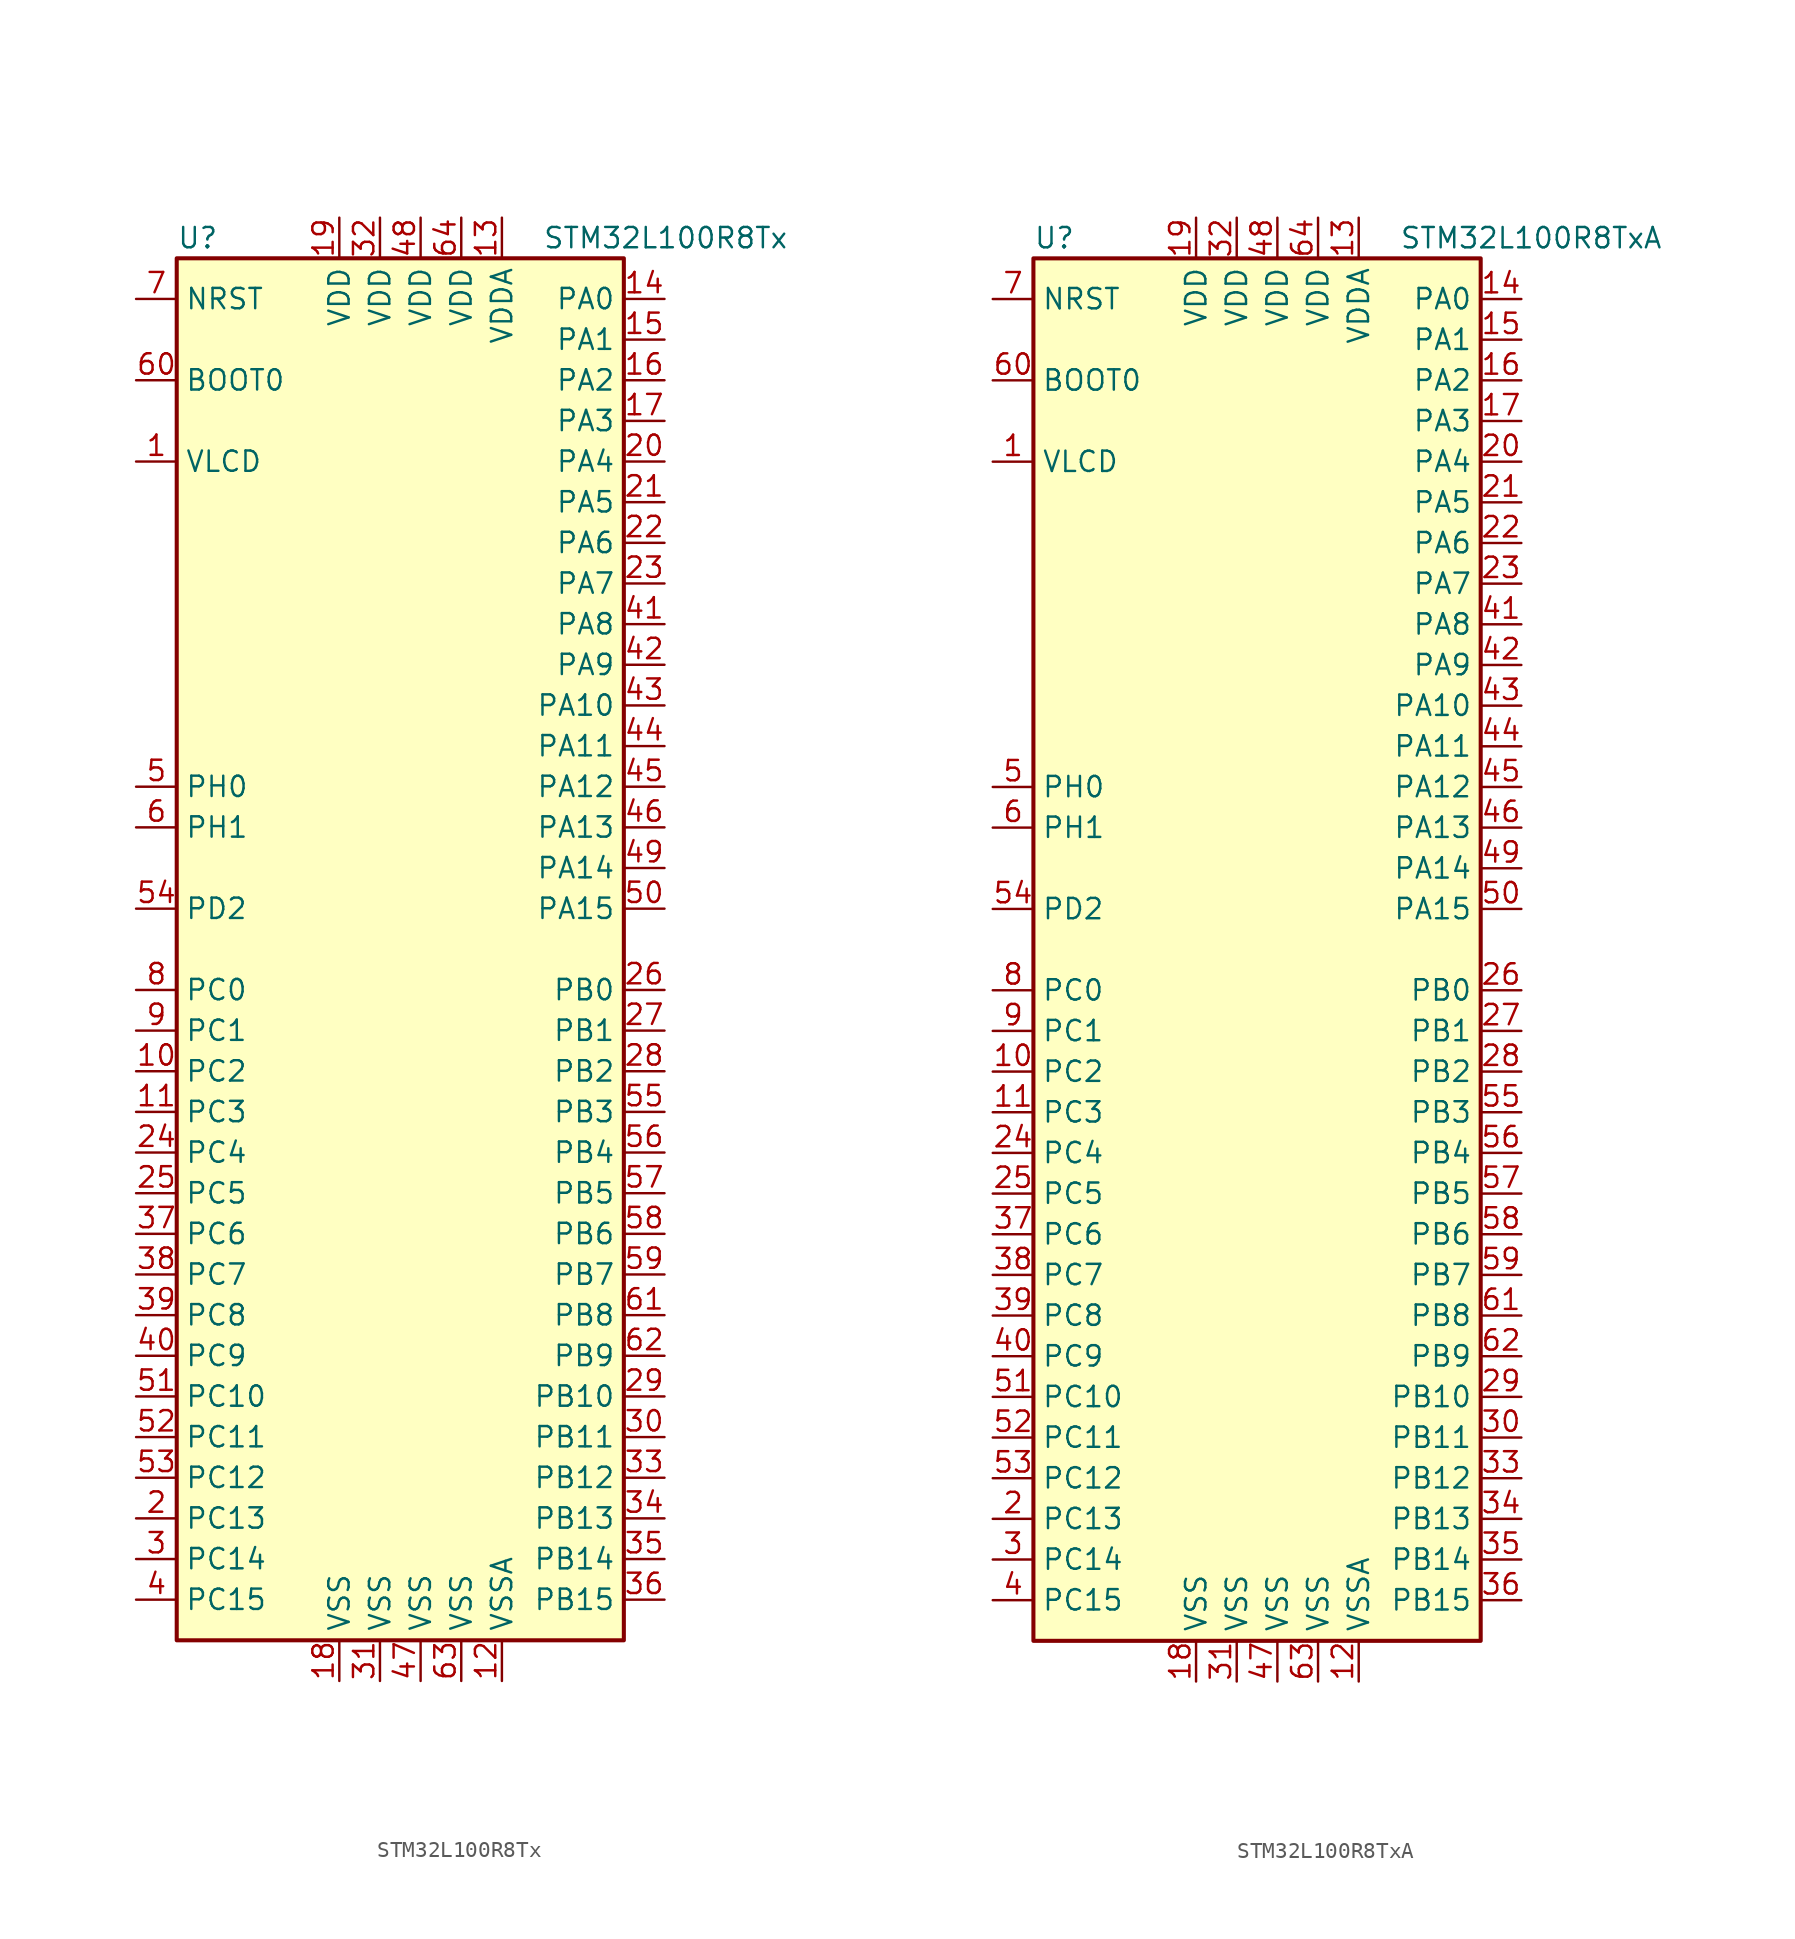
<source format=kicad_sym>
(kicad_symbol_lib
  (version 20201005)
  (generator kicad_symbol_editor)
  (symbol "STM32L100R8Tx"
    (property "Reference" "U"
      (at -15.24 44.45 0)
      (effects (font (size 1.27 1.27)) (justify left)))
    (property "Value" "STM32L100R8Tx"
      (at 7.62 44.45 0)
      (effects (font (size 1.27 1.27)) (justify left)))
    (symbol "STM32L100R8Tx_0_1"
      (rectangle (start -15.24 -43.18) (end 12.7 43.18) (stroke (width 0.254)) (fill (type background))))
    (symbol "STM32L100R8Tx_1_1"
      (pin input line (at -17.78 35.56 0) (length 2.54) (name "BOOT0" (effects (font (size 1.27 1.27)))) (number "60" (effects (font (size 1.27 1.27)))))
      (pin input line (at -17.78 40.64 0) (length 2.54) (name "NRST" (effects (font (size 1.27 1.27)))) (number "7" (effects (font (size 1.27 1.27)))))
      (pin bidirectional line (at 15.24 40.64 180) (length 2.54) (name "PA0" (effects (font (size 1.27 1.27)))) (number "14" (effects (font (size 1.27 1.27)))))
      (pin bidirectional line (at 15.24 38.1 180) (length 2.54) (name "PA1" (effects (font (size 1.27 1.27)))) (number "15" (effects (font (size 1.27 1.27)))))
      (pin bidirectional line (at 15.24 15.24 180) (length 2.54) (name "PA10" (effects (font (size 1.27 1.27)))) (number "43" (effects (font (size 1.27 1.27)))))
      (pin bidirectional line (at 15.24 12.7 180) (length 2.54) (name "PA11" (effects (font (size 1.27 1.27)))) (number "44" (effects (font (size 1.27 1.27)))))
      (pin bidirectional line (at 15.24 10.16 180) (length 2.54) (name "PA12" (effects (font (size 1.27 1.27)))) (number "45" (effects (font (size 1.27 1.27)))))
      (pin bidirectional line (at 15.24 7.62 180) (length 2.54) (name "PA13" (effects (font (size 1.27 1.27)))) (number "46" (effects (font (size 1.27 1.27)))))
      (pin bidirectional line (at 15.24 5.08 180) (length 2.54) (name "PA14" (effects (font (size 1.27 1.27)))) (number "49" (effects (font (size 1.27 1.27)))))
      (pin bidirectional line (at 15.24 2.54 180) (length 2.54) (name "PA15" (effects (font (size 1.27 1.27)))) (number "50" (effects (font (size 1.27 1.27)))))
      (pin bidirectional line (at 15.24 35.56 180) (length 2.54) (name "PA2" (effects (font (size 1.27 1.27)))) (number "16" (effects (font (size 1.27 1.27)))))
      (pin bidirectional line (at 15.24 33.02 180) (length 2.54) (name "PA3" (effects (font (size 1.27 1.27)))) (number "17" (effects (font (size 1.27 1.27)))))
      (pin bidirectional line (at 15.24 30.48 180) (length 2.54) (name "PA4" (effects (font (size 1.27 1.27)))) (number "20" (effects (font (size 1.27 1.27)))))
      (pin bidirectional line (at 15.24 27.94 180) (length 2.54) (name "PA5" (effects (font (size 1.27 1.27)))) (number "21" (effects (font (size 1.27 1.27)))))
      (pin bidirectional line (at 15.24 25.4 180) (length 2.54) (name "PA6" (effects (font (size 1.27 1.27)))) (number "22" (effects (font (size 1.27 1.27)))))
      (pin bidirectional line (at 15.24 22.86 180) (length 2.54) (name "PA7" (effects (font (size 1.27 1.27)))) (number "23" (effects (font (size 1.27 1.27)))))
      (pin bidirectional line (at 15.24 20.32 180) (length 2.54) (name "PA8" (effects (font (size 1.27 1.27)))) (number "41" (effects (font (size 1.27 1.27)))))
      (pin bidirectional line (at 15.24 17.78 180) (length 2.54) (name "PA9" (effects (font (size 1.27 1.27)))) (number "42" (effects (font (size 1.27 1.27)))))
      (pin bidirectional line (at 15.24 -2.54 180) (length 2.54) (name "PB0" (effects (font (size 1.27 1.27)))) (number "26" (effects (font (size 1.27 1.27)))))
      (pin bidirectional line (at 15.24 -5.08 180) (length 2.54) (name "PB1" (effects (font (size 1.27 1.27)))) (number "27" (effects (font (size 1.27 1.27)))))
      (pin bidirectional line (at 15.24 -27.94 180) (length 2.54) (name "PB10" (effects (font (size 1.27 1.27)))) (number "29" (effects (font (size 1.27 1.27)))))
      (pin bidirectional line (at 15.24 -30.48 180) (length 2.54) (name "PB11" (effects (font (size 1.27 1.27)))) (number "30" (effects (font (size 1.27 1.27)))))
      (pin bidirectional line (at 15.24 -33.02 180) (length 2.54) (name "PB12" (effects (font (size 1.27 1.27)))) (number "33" (effects (font (size 1.27 1.27)))))
      (pin bidirectional line (at 15.24 -35.56 180) (length 2.54) (name "PB13" (effects (font (size 1.27 1.27)))) (number "34" (effects (font (size 1.27 1.27)))))
      (pin bidirectional line (at 15.24 -38.1 180) (length 2.54) (name "PB14" (effects (font (size 1.27 1.27)))) (number "35" (effects (font (size 1.27 1.27)))))
      (pin bidirectional line (at 15.24 -40.64 180) (length 2.54) (name "PB15" (effects (font (size 1.27 1.27)))) (number "36" (effects (font (size 1.27 1.27)))))
      (pin bidirectional line (at 15.24 -7.62 180) (length 2.54) (name "PB2" (effects (font (size 1.27 1.27)))) (number "28" (effects (font (size 1.27 1.27)))))
      (pin bidirectional line (at 15.24 -10.16 180) (length 2.54) (name "PB3" (effects (font (size 1.27 1.27)))) (number "55" (effects (font (size 1.27 1.27)))))
      (pin bidirectional line (at 15.24 -12.7 180) (length 2.54) (name "PB4" (effects (font (size 1.27 1.27)))) (number "56" (effects (font (size 1.27 1.27)))))
      (pin bidirectional line (at 15.24 -15.24 180) (length 2.54) (name "PB5" (effects (font (size 1.27 1.27)))) (number "57" (effects (font (size 1.27 1.27)))))
      (pin bidirectional line (at 15.24 -17.78 180) (length 2.54) (name "PB6" (effects (font (size 1.27 1.27)))) (number "58" (effects (font (size 1.27 1.27)))))
      (pin bidirectional line (at 15.24 -20.32 180) (length 2.54) (name "PB7" (effects (font (size 1.27 1.27)))) (number "59" (effects (font (size 1.27 1.27)))))
      (pin bidirectional line (at 15.24 -22.86 180) (length 2.54) (name "PB8" (effects (font (size 1.27 1.27)))) (number "61" (effects (font (size 1.27 1.27)))))
      (pin bidirectional line (at 15.24 -25.4 180) (length 2.54) (name "PB9" (effects (font (size 1.27 1.27)))) (number "62" (effects (font (size 1.27 1.27)))))
      (pin bidirectional line (at -17.78 -2.54 0) (length 2.54) (name "PC0" (effects (font (size 1.27 1.27)))) (number "8" (effects (font (size 1.27 1.27)))))
      (pin bidirectional line (at -17.78 -5.08 0) (length 2.54) (name "PC1" (effects (font (size 1.27 1.27)))) (number "9" (effects (font (size 1.27 1.27)))))
      (pin bidirectional line (at -17.78 -27.94 0) (length 2.54) (name "PC10" (effects (font (size 1.27 1.27)))) (number "51" (effects (font (size 1.27 1.27)))))
      (pin bidirectional line (at -17.78 -30.48 0) (length 2.54) (name "PC11" (effects (font (size 1.27 1.27)))) (number "52" (effects (font (size 1.27 1.27)))))
      (pin bidirectional line (at -17.78 -33.02 0) (length 2.54) (name "PC12" (effects (font (size 1.27 1.27)))) (number "53" (effects (font (size 1.27 1.27)))))
      (pin bidirectional line (at -17.78 -35.56 0) (length 2.54) (name "PC13" (effects (font (size 1.27 1.27)))) (number "2" (effects (font (size 1.27 1.27)))))
      (pin bidirectional line (at -17.78 -38.1 0) (length 2.54) (name "PC14" (effects (font (size 1.27 1.27)))) (number "3" (effects (font (size 1.27 1.27)))))
      (pin bidirectional line (at -17.78 -40.64 0) (length 2.54) (name "PC15" (effects (font (size 1.27 1.27)))) (number "4" (effects (font (size 1.27 1.27)))))
      (pin bidirectional line (at -17.78 -7.62 0) (length 2.54) (name "PC2" (effects (font (size 1.27 1.27)))) (number "10" (effects (font (size 1.27 1.27)))))
      (pin bidirectional line (at -17.78 -10.16 0) (length 2.54) (name "PC3" (effects (font (size 1.27 1.27)))) (number "11" (effects (font (size 1.27 1.27)))))
      (pin bidirectional line (at -17.78 -12.7 0) (length 2.54) (name "PC4" (effects (font (size 1.27 1.27)))) (number "24" (effects (font (size 1.27 1.27)))))
      (pin bidirectional line (at -17.78 -15.24 0) (length 2.54) (name "PC5" (effects (font (size 1.27 1.27)))) (number "25" (effects (font (size 1.27 1.27)))))
      (pin bidirectional line (at -17.78 -17.78 0) (length 2.54) (name "PC6" (effects (font (size 1.27 1.27)))) (number "37" (effects (font (size 1.27 1.27)))))
      (pin bidirectional line (at -17.78 -20.32 0) (length 2.54) (name "PC7" (effects (font (size 1.27 1.27)))) (number "38" (effects (font (size 1.27 1.27)))))
      (pin bidirectional line (at -17.78 -22.86 0) (length 2.54) (name "PC8" (effects (font (size 1.27 1.27)))) (number "39" (effects (font (size 1.27 1.27)))))
      (pin bidirectional line (at -17.78 -25.4 0) (length 2.54) (name "PC9" (effects (font (size 1.27 1.27)))) (number "40" (effects (font (size 1.27 1.27)))))
      (pin bidirectional line (at -17.78 2.54 0) (length 2.54) (name "PD2" (effects (font (size 1.27 1.27)))) (number "54" (effects (font (size 1.27 1.27)))))
      (pin input line (at -17.78 10.16 0) (length 2.54) (name "PH0" (effects (font (size 1.27 1.27)))) (number "5" (effects (font (size 1.27 1.27)))))
      (pin input line (at -17.78 7.62 0) (length 2.54) (name "PH1" (effects (font (size 1.27 1.27)))) (number "6" (effects (font (size 1.27 1.27)))))
      (pin power_in line (at -5.08 45.72 270) (length 2.54) (name "VDD" (effects (font (size 1.27 1.27)))) (number "19" (effects (font (size 1.27 1.27)))))
      (pin power_in line (at -2.54 45.72 270) (length 2.54) (name "VDD" (effects (font (size 1.27 1.27)))) (number "32" (effects (font (size 1.27 1.27)))))
      (pin power_in line (at 0 45.72 270) (length 2.54) (name "VDD" (effects (font (size 1.27 1.27)))) (number "48" (effects (font (size 1.27 1.27)))))
      (pin power_in line (at 2.54 45.72 270) (length 2.54) (name "VDD" (effects (font (size 1.27 1.27)))) (number "64" (effects (font (size 1.27 1.27)))))
      (pin power_in line (at 5.08 45.72 270) (length 2.54) (name "VDDA" (effects (font (size 1.27 1.27)))) (number "13" (effects (font (size 1.27 1.27)))))
      (pin power_in line (at -17.78 30.48 0) (length 2.54) (name "VLCD" (effects (font (size 1.27 1.27)))) (number "1" (effects (font (size 1.27 1.27)))))
      (pin power_in line (at -5.08 -45.72 90) (length 2.54) (name "VSS" (effects (font (size 1.27 1.27)))) (number "18" (effects (font (size 1.27 1.27)))))
      (pin power_in line (at -2.54 -45.72 90) (length 2.54) (name "VSS" (effects (font (size 1.27 1.27)))) (number "31" (effects (font (size 1.27 1.27)))))
      (pin power_in line (at 0 -45.72 90) (length 2.54) (name "VSS" (effects (font (size 1.27 1.27)))) (number "47" (effects (font (size 1.27 1.27)))))
      (pin power_in line (at 2.54 -45.72 90) (length 2.54) (name "VSS" (effects (font (size 1.27 1.27)))) (number "63" (effects (font (size 1.27 1.27)))))
      (pin power_in line (at 5.08 -45.72 90) (length 2.54) (name "VSSA" (effects (font (size 1.27 1.27)))) (number "12" (effects (font (size 1.27 1.27)))))))
  (symbol "STM32L100R8TxA"
    (property "Reference" "U"
      (at -15.24 44.45 0)
      (effects (font (size 1.27 1.27)) (justify left)))
    (property "Value" "STM32L100R8TxA"
      (at 7.62 44.45 0)
      (effects (font (size 1.27 1.27)) (justify left)))
    (symbol "STM32L100R8TxA_0_1"
      (rectangle (start -15.24 -43.18) (end 12.7 43.18) (stroke (width 0.254)) (fill (type background))))
    (symbol "STM32L100R8TxA_1_1"
      (pin input line (at -17.78 35.56 0) (length 2.54) (name "BOOT0" (effects (font (size 1.27 1.27)))) (number "60" (effects (font (size 1.27 1.27)))))
      (pin input line (at -17.78 40.64 0) (length 2.54) (name "NRST" (effects (font (size 1.27 1.27)))) (number "7" (effects (font (size 1.27 1.27)))))
      (pin bidirectional line (at 15.24 40.64 180) (length 2.54) (name "PA0" (effects (font (size 1.27 1.27)))) (number "14" (effects (font (size 1.27 1.27)))))
      (pin bidirectional line (at 15.24 38.1 180) (length 2.54) (name "PA1" (effects (font (size 1.27 1.27)))) (number "15" (effects (font (size 1.27 1.27)))))
      (pin bidirectional line (at 15.24 15.24 180) (length 2.54) (name "PA10" (effects (font (size 1.27 1.27)))) (number "43" (effects (font (size 1.27 1.27)))))
      (pin bidirectional line (at 15.24 12.7 180) (length 2.54) (name "PA11" (effects (font (size 1.27 1.27)))) (number "44" (effects (font (size 1.27 1.27)))))
      (pin bidirectional line (at 15.24 10.16 180) (length 2.54) (name "PA12" (effects (font (size 1.27 1.27)))) (number "45" (effects (font (size 1.27 1.27)))))
      (pin bidirectional line (at 15.24 7.62 180) (length 2.54) (name "PA13" (effects (font (size 1.27 1.27)))) (number "46" (effects (font (size 1.27 1.27)))))
      (pin bidirectional line (at 15.24 5.08 180) (length 2.54) (name "PA14" (effects (font (size 1.27 1.27)))) (number "49" (effects (font (size 1.27 1.27)))))
      (pin bidirectional line (at 15.24 2.54 180) (length 2.54) (name "PA15" (effects (font (size 1.27 1.27)))) (number "50" (effects (font (size 1.27 1.27)))))
      (pin bidirectional line (at 15.24 35.56 180) (length 2.54) (name "PA2" (effects (font (size 1.27 1.27)))) (number "16" (effects (font (size 1.27 1.27)))))
      (pin bidirectional line (at 15.24 33.02 180) (length 2.54) (name "PA3" (effects (font (size 1.27 1.27)))) (number "17" (effects (font (size 1.27 1.27)))))
      (pin bidirectional line (at 15.24 30.48 180) (length 2.54) (name "PA4" (effects (font (size 1.27 1.27)))) (number "20" (effects (font (size 1.27 1.27)))))
      (pin bidirectional line (at 15.24 27.94 180) (length 2.54) (name "PA5" (effects (font (size 1.27 1.27)))) (number "21" (effects (font (size 1.27 1.27)))))
      (pin bidirectional line (at 15.24 25.4 180) (length 2.54) (name "PA6" (effects (font (size 1.27 1.27)))) (number "22" (effects (font (size 1.27 1.27)))))
      (pin bidirectional line (at 15.24 22.86 180) (length 2.54) (name "PA7" (effects (font (size 1.27 1.27)))) (number "23" (effects (font (size 1.27 1.27)))))
      (pin bidirectional line (at 15.24 20.32 180) (length 2.54) (name "PA8" (effects (font (size 1.27 1.27)))) (number "41" (effects (font (size 1.27 1.27)))))
      (pin bidirectional line (at 15.24 17.78 180) (length 2.54) (name "PA9" (effects (font (size 1.27 1.27)))) (number "42" (effects (font (size 1.27 1.27)))))
      (pin bidirectional line (at 15.24 -2.54 180) (length 2.54) (name "PB0" (effects (font (size 1.27 1.27)))) (number "26" (effects (font (size 1.27 1.27)))))
      (pin bidirectional line (at 15.24 -5.08 180) (length 2.54) (name "PB1" (effects (font (size 1.27 1.27)))) (number "27" (effects (font (size 1.27 1.27)))))
      (pin bidirectional line (at 15.24 -27.94 180) (length 2.54) (name "PB10" (effects (font (size 1.27 1.27)))) (number "29" (effects (font (size 1.27 1.27)))))
      (pin bidirectional line (at 15.24 -30.48 180) (length 2.54) (name "PB11" (effects (font (size 1.27 1.27)))) (number "30" (effects (font (size 1.27 1.27)))))
      (pin bidirectional line (at 15.24 -33.02 180) (length 2.54) (name "PB12" (effects (font (size 1.27 1.27)))) (number "33" (effects (font (size 1.27 1.27)))))
      (pin bidirectional line (at 15.24 -35.56 180) (length 2.54) (name "PB13" (effects (font (size 1.27 1.27)))) (number "34" (effects (font (size 1.27 1.27)))))
      (pin bidirectional line (at 15.24 -38.1 180) (length 2.54) (name "PB14" (effects (font (size 1.27 1.27)))) (number "35" (effects (font (size 1.27 1.27)))))
      (pin bidirectional line (at 15.24 -40.64 180) (length 2.54) (name "PB15" (effects (font (size 1.27 1.27)))) (number "36" (effects (font (size 1.27 1.27)))))
      (pin bidirectional line (at 15.24 -7.62 180) (length 2.54) (name "PB2" (effects (font (size 1.27 1.27)))) (number "28" (effects (font (size 1.27 1.27)))))
      (pin bidirectional line (at 15.24 -10.16 180) (length 2.54) (name "PB3" (effects (font (size 1.27 1.27)))) (number "55" (effects (font (size 1.27 1.27)))))
      (pin bidirectional line (at 15.24 -12.7 180) (length 2.54) (name "PB4" (effects (font (size 1.27 1.27)))) (number "56" (effects (font (size 1.27 1.27)))))
      (pin bidirectional line (at 15.24 -15.24 180) (length 2.54) (name "PB5" (effects (font (size 1.27 1.27)))) (number "57" (effects (font (size 1.27 1.27)))))
      (pin bidirectional line (at 15.24 -17.78 180) (length 2.54) (name "PB6" (effects (font (size 1.27 1.27)))) (number "58" (effects (font (size 1.27 1.27)))))
      (pin bidirectional line (at 15.24 -20.32 180) (length 2.54) (name "PB7" (effects (font (size 1.27 1.27)))) (number "59" (effects (font (size 1.27 1.27)))))
      (pin bidirectional line (at 15.24 -22.86 180) (length 2.54) (name "PB8" (effects (font (size 1.27 1.27)))) (number "61" (effects (font (size 1.27 1.27)))))
      (pin bidirectional line (at 15.24 -25.4 180) (length 2.54) (name "PB9" (effects (font (size 1.27 1.27)))) (number "62" (effects (font (size 1.27 1.27)))))
      (pin bidirectional line (at -17.78 -2.54 0) (length 2.54) (name "PC0" (effects (font (size 1.27 1.27)))) (number "8" (effects (font (size 1.27 1.27)))))
      (pin bidirectional line (at -17.78 -5.08 0) (length 2.54) (name "PC1" (effects (font (size 1.27 1.27)))) (number "9" (effects (font (size 1.27 1.27)))))
      (pin bidirectional line (at -17.78 -27.94 0) (length 2.54) (name "PC10" (effects (font (size 1.27 1.27)))) (number "51" (effects (font (size 1.27 1.27)))))
      (pin bidirectional line (at -17.78 -30.48 0) (length 2.54) (name "PC11" (effects (font (size 1.27 1.27)))) (number "52" (effects (font (size 1.27 1.27)))))
      (pin bidirectional line (at -17.78 -33.02 0) (length 2.54) (name "PC12" (effects (font (size 1.27 1.27)))) (number "53" (effects (font (size 1.27 1.27)))))
      (pin bidirectional line (at -17.78 -35.56 0) (length 2.54) (name "PC13" (effects (font (size 1.27 1.27)))) (number "2" (effects (font (size 1.27 1.27)))))
      (pin bidirectional line (at -17.78 -38.1 0) (length 2.54) (name "PC14" (effects (font (size 1.27 1.27)))) (number "3" (effects (font (size 1.27 1.27)))))
      (pin bidirectional line (at -17.78 -40.64 0) (length 2.54) (name "PC15" (effects (font (size 1.27 1.27)))) (number "4" (effects (font (size 1.27 1.27)))))
      (pin bidirectional line (at -17.78 -7.62 0) (length 2.54) (name "PC2" (effects (font (size 1.27 1.27)))) (number "10" (effects (font (size 1.27 1.27)))))
      (pin bidirectional line (at -17.78 -10.16 0) (length 2.54) (name "PC3" (effects (font (size 1.27 1.27)))) (number "11" (effects (font (size 1.27 1.27)))))
      (pin bidirectional line (at -17.78 -12.7 0) (length 2.54) (name "PC4" (effects (font (size 1.27 1.27)))) (number "24" (effects (font (size 1.27 1.27)))))
      (pin bidirectional line (at -17.78 -15.24 0) (length 2.54) (name "PC5" (effects (font (size 1.27 1.27)))) (number "25" (effects (font (size 1.27 1.27)))))
      (pin bidirectional line (at -17.78 -17.78 0) (length 2.54) (name "PC6" (effects (font (size 1.27 1.27)))) (number "37" (effects (font (size 1.27 1.27)))))
      (pin bidirectional line (at -17.78 -20.32 0) (length 2.54) (name "PC7" (effects (font (size 1.27 1.27)))) (number "38" (effects (font (size 1.27 1.27)))))
      (pin bidirectional line (at -17.78 -22.86 0) (length 2.54) (name "PC8" (effects (font (size 1.27 1.27)))) (number "39" (effects (font (size 1.27 1.27)))))
      (pin bidirectional line (at -17.78 -25.4 0) (length 2.54) (name "PC9" (effects (font (size 1.27 1.27)))) (number "40" (effects (font (size 1.27 1.27)))))
      (pin bidirectional line (at -17.78 2.54 0) (length 2.54) (name "PD2" (effects (font (size 1.27 1.27)))) (number "54" (effects (font (size 1.27 1.27)))))
      (pin input line (at -17.78 10.16 0) (length 2.54) (name "PH0" (effects (font (size 1.27 1.27)))) (number "5" (effects (font (size 1.27 1.27)))))
      (pin input line (at -17.78 7.62 0) (length 2.54) (name "PH1" (effects (font (size 1.27 1.27)))) (number "6" (effects (font (size 1.27 1.27)))))
      (pin power_in line (at -5.08 45.72 270) (length 2.54) (name "VDD" (effects (font (size 1.27 1.27)))) (number "19" (effects (font (size 1.27 1.27)))))
      (pin power_in line (at -2.54 45.72 270) (length 2.54) (name "VDD" (effects (font (size 1.27 1.27)))) (number "32" (effects (font (size 1.27 1.27)))))
      (pin power_in line (at 0 45.72 270) (length 2.54) (name "VDD" (effects (font (size 1.27 1.27)))) (number "48" (effects (font (size 1.27 1.27)))))
      (pin power_in line (at 2.54 45.72 270) (length 2.54) (name "VDD" (effects (font (size 1.27 1.27)))) (number "64" (effects (font (size 1.27 1.27)))))
      (pin power_in line (at 5.08 45.72 270) (length 2.54) (name "VDDA" (effects (font (size 1.27 1.27)))) (number "13" (effects (font (size 1.27 1.27)))))
      (pin power_in line (at -17.78 30.48 0) (length 2.54) (name "VLCD" (effects (font (size 1.27 1.27)))) (number "1" (effects (font (size 1.27 1.27)))))
      (pin power_in line (at -5.08 -45.72 90) (length 2.54) (name "VSS" (effects (font (size 1.27 1.27)))) (number "18" (effects (font (size 1.27 1.27)))))
      (pin power_in line (at -2.54 -45.72 90) (length 2.54) (name "VSS" (effects (font (size 1.27 1.27)))) (number "31" (effects (font (size 1.27 1.27)))))
      (pin power_in line (at 0 -45.72 90) (length 2.54) (name "VSS" (effects (font (size 1.27 1.27)))) (number "47" (effects (font (size 1.27 1.27)))))
      (pin power_in line (at 2.54 -45.72 90) (length 2.54) (name "VSS" (effects (font (size 1.27 1.27)))) (number "63" (effects (font (size 1.27 1.27)))))
      (pin power_in line (at 5.08 -45.72 90) (length 2.54) (name "VSSA" (effects (font (size 1.27 1.27)))) (number "12" (effects (font (size 1.27 1.27))))))))
</source>
